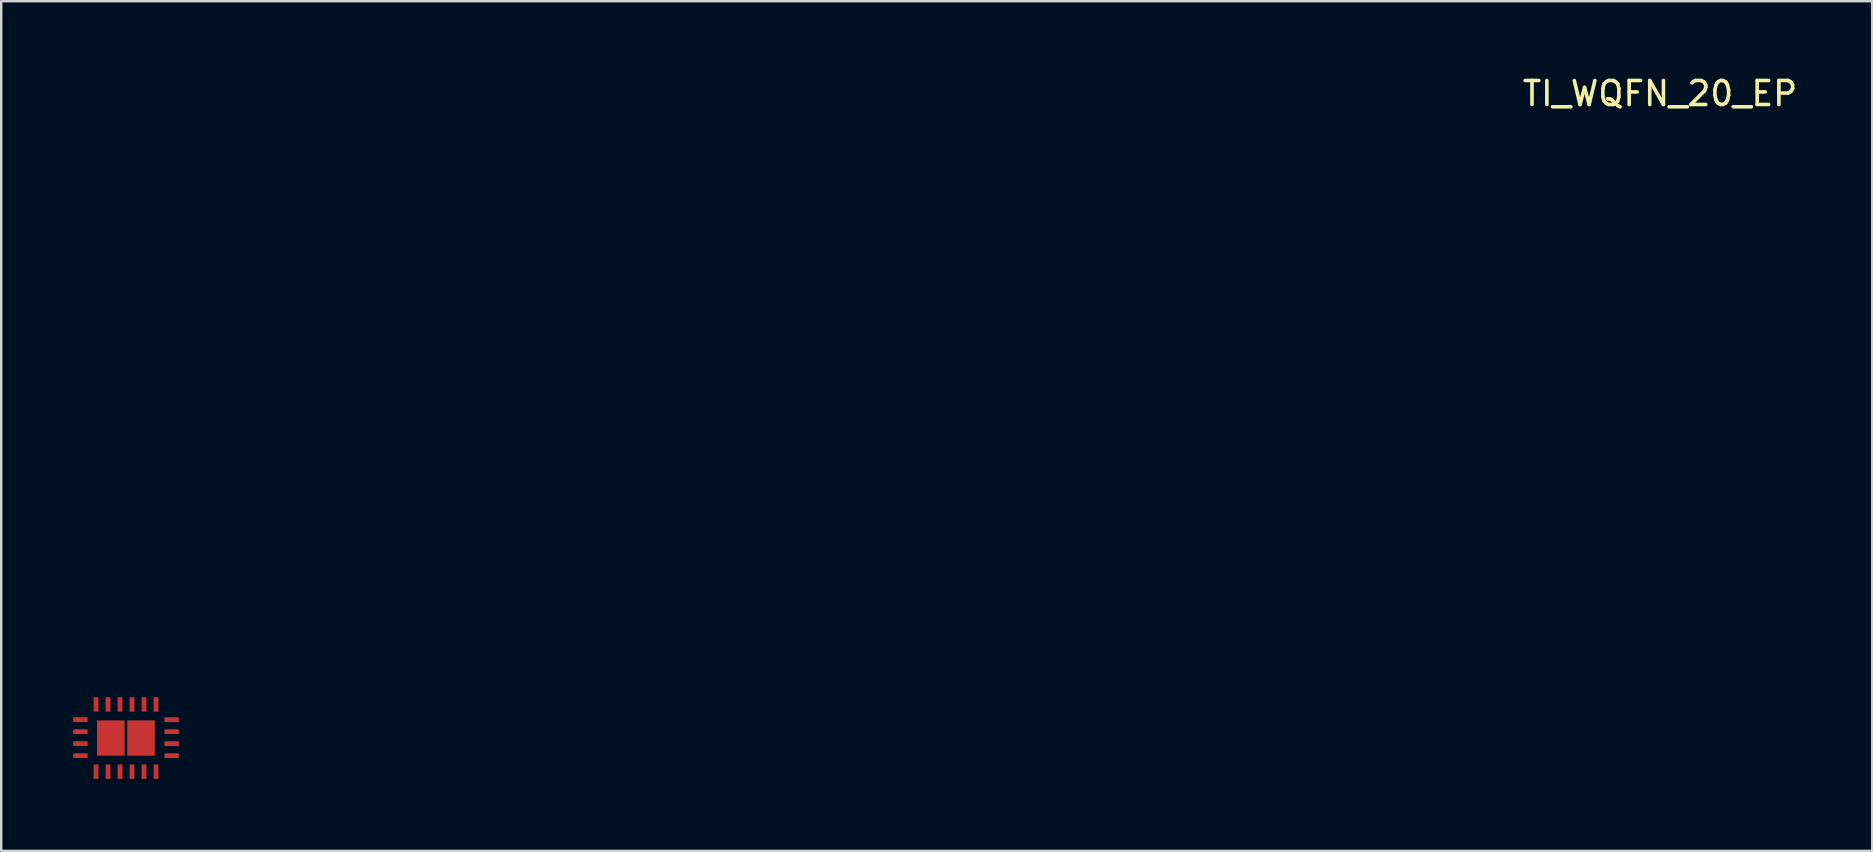
<source format=kicad_pcb>
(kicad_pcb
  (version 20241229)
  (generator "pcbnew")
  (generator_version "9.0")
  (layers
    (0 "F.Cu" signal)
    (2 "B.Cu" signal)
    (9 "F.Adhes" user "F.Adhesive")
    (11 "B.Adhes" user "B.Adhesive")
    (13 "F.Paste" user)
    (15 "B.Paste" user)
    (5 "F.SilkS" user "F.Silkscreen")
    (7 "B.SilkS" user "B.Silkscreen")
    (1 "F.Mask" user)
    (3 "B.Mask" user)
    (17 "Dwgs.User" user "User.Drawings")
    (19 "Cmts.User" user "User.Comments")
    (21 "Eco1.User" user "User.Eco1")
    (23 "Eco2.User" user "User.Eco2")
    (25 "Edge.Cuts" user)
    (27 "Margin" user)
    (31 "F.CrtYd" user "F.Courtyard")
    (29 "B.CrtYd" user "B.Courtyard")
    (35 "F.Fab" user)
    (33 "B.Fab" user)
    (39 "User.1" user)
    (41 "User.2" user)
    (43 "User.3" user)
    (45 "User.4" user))
  (footprint "TI_WQFN_20_EP"
    (layer "F.Cu")
    (at 2.2 27.696)
    (property "Reference" "TI_WQFN_20_EP" (at 63.906 -26.848 0) (layer "F.SilkS") (effects (font (size 1 1) (thickness 0.15))))
    (attr through_hole)
    (pad "1" smd rect (at -1.25 1.4) (size 0.2 0.6) (layers "F.Cu" "F.Mask" "F.Paste"))
    (pad "2" smd rect (at -0.75 1.4) (size 0.2 0.6) (layers "F.Cu" "F.Mask" "F.Paste"))
    (pad "3" smd rect (at -0.25 1.4) (size 0.2 0.6) (layers "F.Cu" "F.Mask" "F.Paste"))
    (pad "4" smd rect (at 0.25 1.4) (size 0.2 0.6) (layers "F.Cu" "F.Mask" "F.Paste"))
    (pad "5" smd rect (at 0.75 1.4) (size 0.2 0.6) (layers "F.Cu" "F.Mask" "F.Paste"))
    (pad "6" smd rect (at 1.25 1.4) (size 0.2 0.6) (layers "F.Cu" "F.Mask" "F.Paste"))
    (pad "7" smd rect (at 1.9 0.735 90) (size 0.2 0.6) (layers "F.Cu" "F.Mask" "F.Paste"))
    (pad "8" smd rect (at 1.9 0.235 90) (size 0.2 0.6) (layers "F.Cu" "F.Mask" "F.Paste"))
    (pad "9" smd rect (at 1.9 -0.265 90) (size 0.2 0.6) (layers "F.Cu" "F.Mask" "F.Paste"))
    (pad "10" smd rect (at 1.9 -0.765 90) (size 0.2 0.6) (layers "F.Cu" "F.Mask" "F.Paste"))
    (pad "11" smd rect (at 1.25 -1.4) (size 0.2 0.6) (layers "F.Cu" "F.Mask" "F.Paste"))
    (pad "12" smd rect (at 0.75 -1.4) (size 0.2 0.6) (layers "F.Cu" "F.Mask" "F.Paste"))
    (pad "13" smd rect (at 0.25 -1.4) (size 0.2 0.6) (layers "F.Cu" "F.Mask" "F.Paste"))
    (pad "14" smd rect (at -0.25 -1.4) (size 0.2 0.6) (layers "F.Cu" "F.Mask" "F.Paste"))
    (pad "15" smd rect (at -0.75 -1.4) (size 0.2 0.6) (layers "F.Cu" "F.Mask" "F.Paste"))
    (pad "16" smd rect (at -1.25 -1.4) (size 0.2 0.6) (layers "F.Cu" "F.Mask" "F.Paste"))
    (pad "17" smd rect (at -1.9 -0.765 90) (size 0.2 0.6) (layers "F.Cu" "F.Mask" "F.Paste"))
    (pad "18" smd rect (at -1.9 -0.265 90) (size 0.2 0.6) (layers "F.Cu" "F.Mask" "F.Paste"))
    (pad "19" smd rect (at -1.9 0.235 90) (size 0.2 0.6) (layers "F.Cu" "F.Mask" "F.Paste"))
    (pad "20" smd rect (at -1.9 0.735 90) (size 0.2 0.6) (layers "F.Cu" "F.Mask" "F.Paste"))
    (pad "21" smd rect (at -0.635 0 90) (size 1.47 1.15) (layers "F.Cu" "F.Mask" "F.Paste"))
    (pad "21" smd rect (at 0.625 0 90) (size 1.47 1.15) (layers "F.Cu" "F.Mask" "F.Paste")))
  (gr_rect
    (start -3 -3)
    (end 74.946 32.396)
    (stroke (width 0.1) (type default))
    (fill no)
    (layer "Edge.Cuts")))
</source>
